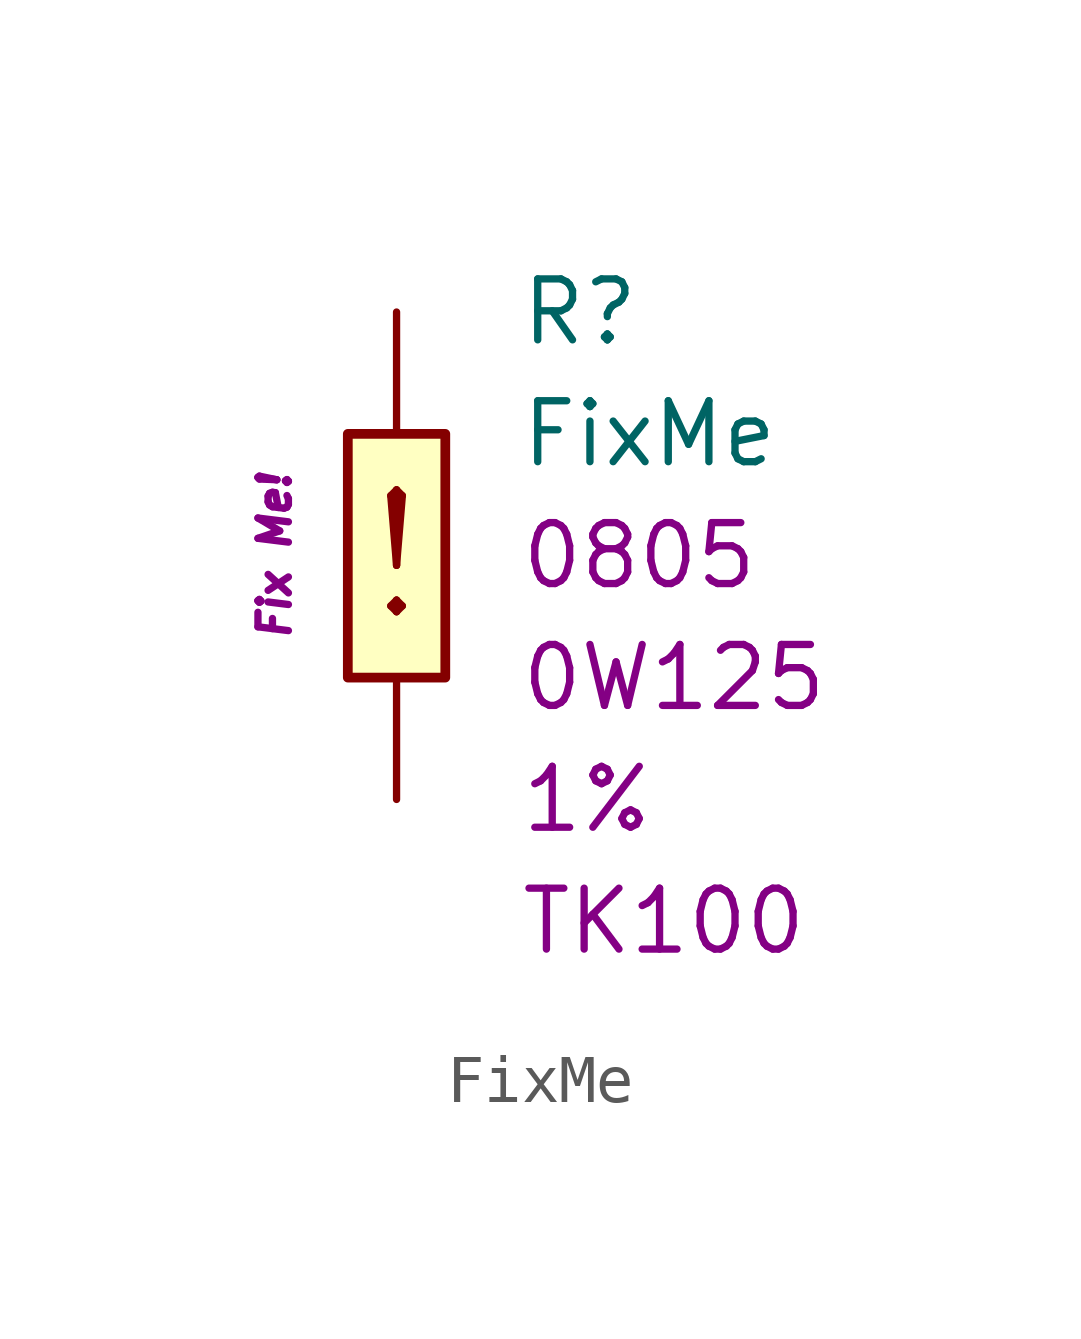
<source format=kicad_sym>
(kicad_symbol_lib
  (version 20201005)
  (generator kicad_symbol_editor)
  (symbol "FixMe"
    (pin_numbers hide)
    (pin_names
      (offset 1.016) hide)
    (property "Reference" "R"
      (at 2.54 5.08 0)
      (effects (font (size 1.27 1.27)) (justify left)))
    (property "Value" "FixMe"
      (at 2.54 2.54 0)
      (effects (font (size 1.27 1.27)) (justify left)))
    (property "Package" "0805"
      (at 2.54 0 0)
      (effects (font (size 1.27 1.27)) (justify left)))
    (property "Power" "0W125"
      (at 2.54 -2.54 0)
      (effects (font (size 1.27 1.27)) (justify left)))
    (property "Tolerance" "1%"
      (at 2.54 -5.08 0)
      (effects (font (size 1.27 1.27)) (justify left)))
    (property "TK" "TK100"
      (at 2.54 -7.62 0)
      (effects (font (size 1.27 1.27)) (justify left)))
    (property "ID" "Fix Me!"
      (at -2.54 0 90)
      (effects (font (size 0.635 0.635) italic)))
    (symbol "FixMe_0_0"
      (text "!" (at 0 0 0) (effects (font (size 2.54 2.54)))))
    (symbol "FixMe_0_1"
      (rectangle (start -1.016 2.54) (end 1.016 -2.54) (stroke (width 0.203)) (fill (type background))))
    (symbol "FixMe_1_1"
      (pin passive line (at 0 5.08 270) (length 2.54) (name "~" (effects (font (size 1.778 1.778)))) (number "1" (effects (font (size 1.778 1.778)))))
      (pin passive line (at 0 -5.08 90) (length 2.54) (name "~" (effects (font (size 1.778 1.778)))) (number "2" (effects (font (size 1.778 1.778))))))))
</source>
